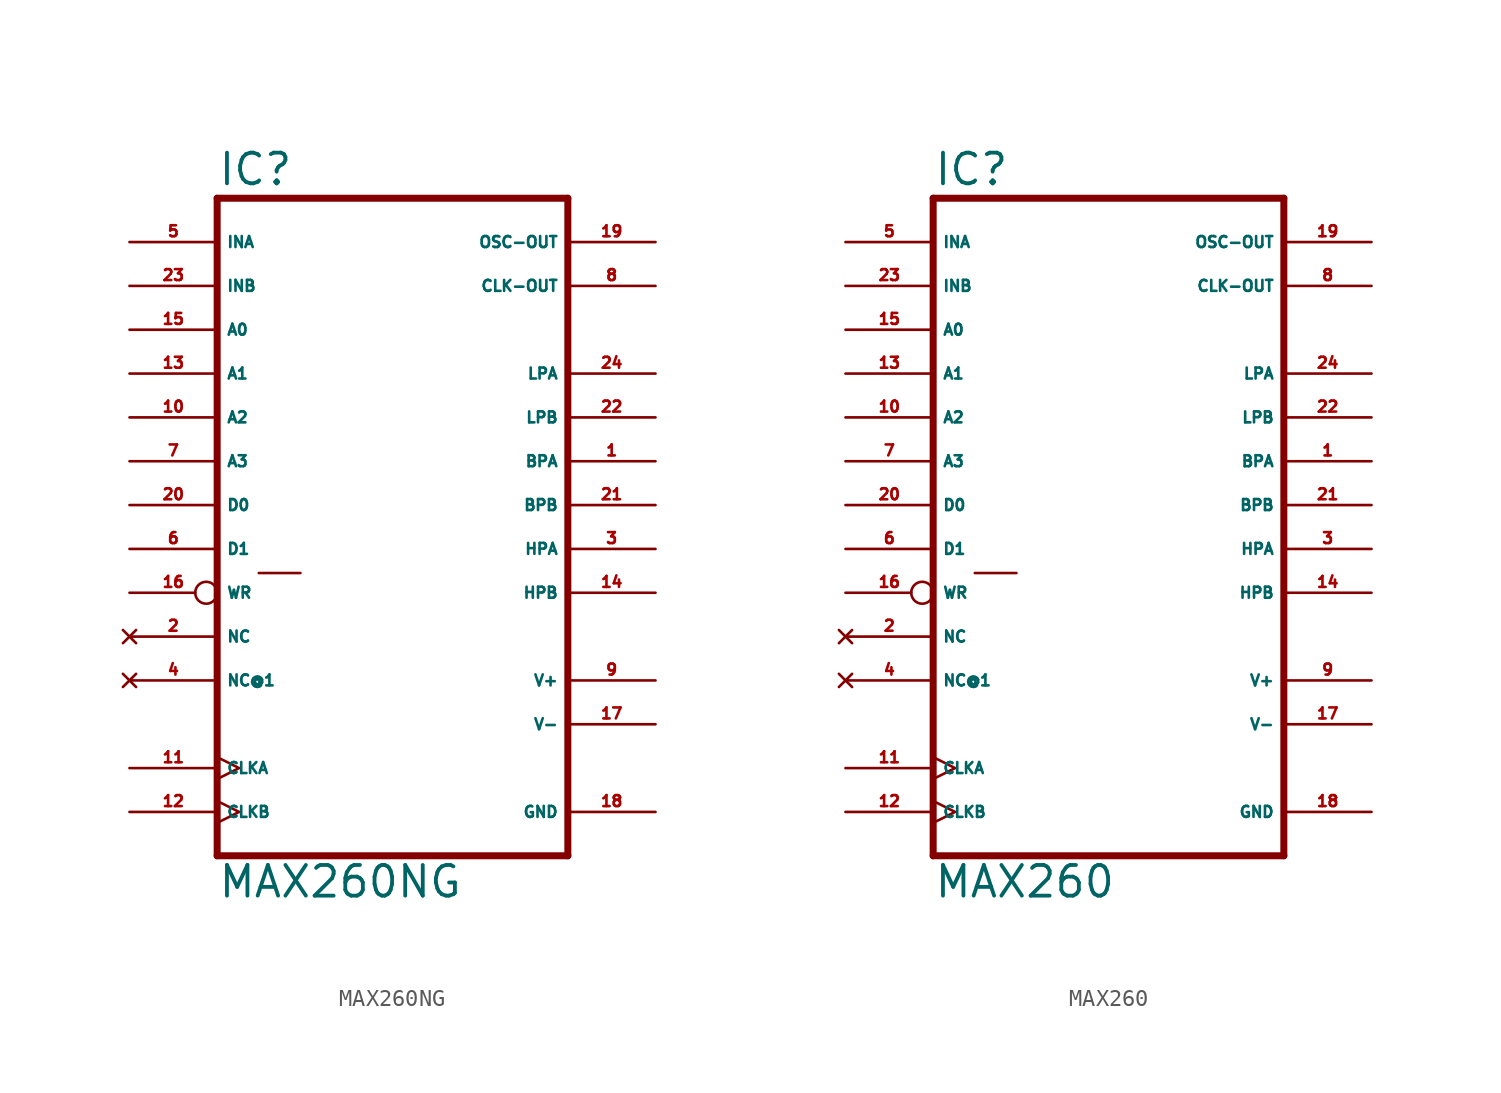
<source format=kicad_sym>
(kicad_symbol_lib
  (version 20220914)
  (generator Eagle2Kicad)
  (symbol "MAX260NG"
    (property "Reference" "IC"
      (at -10.16 18.415 0)
      (effects (font (size 1.778 1.778) (thickness 0.22)) (justify left bottom)))
    (property "Value" "MAX260NG"
      (at -10.16 -22.86 0)
      (effects (font (size 1.778 1.778) (thickness 0.22)) (justify left bottom)))
    (polyline
      (pts (xy 10.16 -20.32) (xy -10.16 -20.32))
      (stroke (width 0.406) (type default))
      (fill (type none)))
    (polyline
      (pts (xy -10.16 17.78) (xy -10.16 -20.32))
      (stroke (width 0.406) (type default))
      (fill (type none)))
    (polyline
      (pts (xy -10.16 17.78) (xy 10.16 17.78))
      (stroke (width 0.406) (type default))
      (fill (type none)))
    (polyline
      (pts (xy 10.16 -20.32) (xy 10.16 17.78))
      (stroke (width 0.406) (type default))
      (fill (type none)))
    (polyline
      (pts (xy -7.747 -3.937) (xy -5.334 -3.937))
      (stroke (width 0.152) (type default))
      (fill (type none)))
    (pin input line
      (at -15.24 15.24 0)
      (length 5.08)
      (name "INA" (effects (font (size 0.635 0.635) (thickness 0.08)) (justify left bottom)))
      (number "5" (effects (font (size 0.635 0.635) (thickness 0.08)) (justify left bottom))))
    (pin output line
      (at 15.24 -2.54 180)
      (length 5.08)
      (name "HPA" (effects (font (size 0.635 0.635) (thickness 0.08)) (justify left bottom)))
      (number "3" (effects (font (size 0.635 0.635) (thickness 0.08)) (justify left bottom))))
    (pin output line
      (at 15.24 -5.08 180)
      (length 5.08)
      (name "HPB" (effects (font (size 0.635 0.635) (thickness 0.08)) (justify left bottom)))
      (number "14" (effects (font (size 0.635 0.635) (thickness 0.08)) (justify left bottom))))
    (pin output line
      (at 15.24 0 180)
      (length 5.08)
      (name "BPB" (effects (font (size 0.635 0.635) (thickness 0.08)) (justify left bottom)))
      (number "21" (effects (font (size 0.635 0.635) (thickness 0.08)) (justify left bottom))))
    (pin output line
      (at 15.24 2.54 180)
      (length 5.08)
      (name "BPA" (effects (font (size 0.635 0.635) (thickness 0.08)) (justify left bottom)))
      (number "1" (effects (font (size 0.635 0.635) (thickness 0.08)) (justify left bottom))))
    (pin input line
      (at -15.24 0 0)
      (length 5.08)
      (name "D0" (effects (font (size 0.635 0.635) (thickness 0.08)) (justify left bottom)))
      (number "20" (effects (font (size 0.635 0.635) (thickness 0.08)) (justify left bottom))))
    (pin input line
      (at -15.24 -2.54 0)
      (length 5.08)
      (name "D1" (effects (font (size 0.635 0.635) (thickness 0.08)) (justify left bottom)))
      (number "6" (effects (font (size 0.635 0.635) (thickness 0.08)) (justify left bottom))))
    (pin input line
      (at -15.24 10.16 0)
      (length 5.08)
      (name "A0" (effects (font (size 0.635 0.635) (thickness 0.08)) (justify left bottom)))
      (number "15" (effects (font (size 0.635 0.635) (thickness 0.08)) (justify left bottom))))
    (pin input line
      (at -15.24 7.62 0)
      (length 5.08)
      (name "A1" (effects (font (size 0.635 0.635) (thickness 0.08)) (justify left bottom)))
      (number "13" (effects (font (size 0.635 0.635) (thickness 0.08)) (justify left bottom))))
    (pin input line
      (at -15.24 5.08 0)
      (length 5.08)
      (name "A2" (effects (font (size 0.635 0.635) (thickness 0.08)) (justify left bottom)))
      (number "10" (effects (font (size 0.635 0.635) (thickness 0.08)) (justify left bottom))))
    (pin input line
      (at -15.24 2.54 0)
      (length 5.08)
      (name "A3" (effects (font (size 0.635 0.635) (thickness 0.08)) (justify left bottom)))
      (number "7" (effects (font (size 0.635 0.635) (thickness 0.08)) (justify left bottom))))
    (pin input clock
      (at -15.24 -15.24 0)
      (length 5.08)
      (name "CLKA" (effects (font (size 0.635 0.635) (thickness 0.08)) (justify left bottom)))
      (number "11" (effects (font (size 0.635 0.635) (thickness 0.08)) (justify left bottom))))
    (pin input clock
      (at -15.24 -17.78 0)
      (length 5.08)
      (name "CLKB" (effects (font (size 0.635 0.635) (thickness 0.08)) (justify left bottom)))
      (number "12" (effects (font (size 0.635 0.635) (thickness 0.08)) (justify left bottom))))
    (pin output line
      (at 15.24 12.7 180)
      (length 5.08)
      (name "CLK-OUT" (effects (font (size 0.635 0.635) (thickness 0.08)) (justify left bottom)))
      (number "8" (effects (font (size 0.635 0.635) (thickness 0.08)) (justify left bottom))))
    (pin input inverted
      (at -15.24 -5.08 0)
      (length 5.08)
      (name "WR" (effects (font (size 0.635 0.635) (thickness 0.08)) (justify left bottom)))
      (number "16" (effects (font (size 0.635 0.635) (thickness 0.08)) (justify left bottom))))
    (pin input line
      (at 15.24 15.24 180)
      (length 5.08)
      (name "OSC-OUT" (effects (font (size 0.635 0.635) (thickness 0.08)) (justify left bottom)))
      (number "19" (effects (font (size 0.635 0.635) (thickness 0.08)) (justify left bottom))))
    (pin output line
      (at 15.24 7.62 180)
      (length 5.08)
      (name "LPA" (effects (font (size 0.635 0.635) (thickness 0.08)) (justify left bottom)))
      (number "24" (effects (font (size 0.635 0.635) (thickness 0.08)) (justify left bottom))))
    (pin output line
      (at 15.24 5.08 180)
      (length 5.08)
      (name "LPB" (effects (font (size 0.635 0.635) (thickness 0.08)) (justify left bottom)))
      (number "22" (effects (font (size 0.635 0.635) (thickness 0.08)) (justify left bottom))))
    (pin unspecified line
      (at 15.24 -10.16 180)
      (length 5.08)
      (name "V+" (effects (font (size 0.635 0.635) (thickness 0.08)) (justify left bottom)))
      (number "9" (effects (font (size 0.635 0.635) (thickness 0.08)) (justify left bottom))))
    (pin unspecified line
      (at 15.24 -12.7 180)
      (length 5.08)
      (name "V-" (effects (font (size 0.635 0.635) (thickness 0.08)) (justify left bottom)))
      (number "17" (effects (font (size 0.635 0.635) (thickness 0.08)) (justify left bottom))))
    (pin unspecified line
      (at 15.24 -17.78 180)
      (length 5.08)
      (name "GND" (effects (font (size 0.635 0.635) (thickness 0.08)) (justify left bottom)))
      (number "18" (effects (font (size 0.635 0.635) (thickness 0.08)) (justify left bottom))))
    (pin input line
      (at -15.24 12.7 0)
      (length 5.08)
      (name "INB" (effects (font (size 0.635 0.635) (thickness 0.08)) (justify left bottom)))
      (number "23" (effects (font (size 0.635 0.635) (thickness 0.08)) (justify left bottom))))
    (pin no_connect line
      (at -15.24 -7.62 0)
      (length 5.08)
      (name "NC" (effects (font (size 0.635 0.635) (thickness 0.08)) (justify left bottom) hide))
      (number "2" (effects (font (size 0.635 0.635) (thickness 0.08)) (justify left bottom) hide)))
    (pin no_connect line
      (at -15.24 -10.16 0)
      (length 5.08)
      (name "NC@1" (effects (font (size 0.635 0.635) (thickness 0.08)) (justify left bottom) hide))
      (number "4" (effects (font (size 0.635 0.635) (thickness 0.08)) (justify left bottom) hide))))
  (symbol "MAX260"
    (property "Reference" "IC"
      (at -10.16 18.415 0)
      (effects (font (size 1.778 1.778) (thickness 0.22)) (justify left bottom)))
    (property "Value" "MAX260"
      (at -10.16 -22.86 0)
      (effects (font (size 1.778 1.778) (thickness 0.22)) (justify left bottom)))
    (polyline
      (pts (xy 10.16 -20.32) (xy -10.16 -20.32))
      (stroke (width 0.406) (type default))
      (fill (type none)))
    (polyline
      (pts (xy -10.16 17.78) (xy -10.16 -20.32))
      (stroke (width 0.406) (type default))
      (fill (type none)))
    (polyline
      (pts (xy -10.16 17.78) (xy 10.16 17.78))
      (stroke (width 0.406) (type default))
      (fill (type none)))
    (polyline
      (pts (xy 10.16 -20.32) (xy 10.16 17.78))
      (stroke (width 0.406) (type default))
      (fill (type none)))
    (polyline
      (pts (xy -7.747 -3.937) (xy -5.334 -3.937))
      (stroke (width 0.152) (type default))
      (fill (type none)))
    (pin input line
      (at -15.24 15.24 0)
      (length 5.08)
      (name "INA" (effects (font (size 0.635 0.635) (thickness 0.08)) (justify left bottom)))
      (number "5" (effects (font (size 0.635 0.635) (thickness 0.08)) (justify left bottom))))
    (pin output line
      (at 15.24 -2.54 180)
      (length 5.08)
      (name "HPA" (effects (font (size 0.635 0.635) (thickness 0.08)) (justify left bottom)))
      (number "3" (effects (font (size 0.635 0.635) (thickness 0.08)) (justify left bottom))))
    (pin output line
      (at 15.24 -5.08 180)
      (length 5.08)
      (name "HPB" (effects (font (size 0.635 0.635) (thickness 0.08)) (justify left bottom)))
      (number "14" (effects (font (size 0.635 0.635) (thickness 0.08)) (justify left bottom))))
    (pin output line
      (at 15.24 0 180)
      (length 5.08)
      (name "BPB" (effects (font (size 0.635 0.635) (thickness 0.08)) (justify left bottom)))
      (number "21" (effects (font (size 0.635 0.635) (thickness 0.08)) (justify left bottom))))
    (pin output line
      (at 15.24 2.54 180)
      (length 5.08)
      (name "BPA" (effects (font (size 0.635 0.635) (thickness 0.08)) (justify left bottom)))
      (number "1" (effects (font (size 0.635 0.635) (thickness 0.08)) (justify left bottom))))
    (pin input line
      (at -15.24 0 0)
      (length 5.08)
      (name "D0" (effects (font (size 0.635 0.635) (thickness 0.08)) (justify left bottom)))
      (number "20" (effects (font (size 0.635 0.635) (thickness 0.08)) (justify left bottom))))
    (pin input line
      (at -15.24 -2.54 0)
      (length 5.08)
      (name "D1" (effects (font (size 0.635 0.635) (thickness 0.08)) (justify left bottom)))
      (number "6" (effects (font (size 0.635 0.635) (thickness 0.08)) (justify left bottom))))
    (pin input line
      (at -15.24 10.16 0)
      (length 5.08)
      (name "A0" (effects (font (size 0.635 0.635) (thickness 0.08)) (justify left bottom)))
      (number "15" (effects (font (size 0.635 0.635) (thickness 0.08)) (justify left bottom))))
    (pin input line
      (at -15.24 7.62 0)
      (length 5.08)
      (name "A1" (effects (font (size 0.635 0.635) (thickness 0.08)) (justify left bottom)))
      (number "13" (effects (font (size 0.635 0.635) (thickness 0.08)) (justify left bottom))))
    (pin input line
      (at -15.24 5.08 0)
      (length 5.08)
      (name "A2" (effects (font (size 0.635 0.635) (thickness 0.08)) (justify left bottom)))
      (number "10" (effects (font (size 0.635 0.635) (thickness 0.08)) (justify left bottom))))
    (pin input line
      (at -15.24 2.54 0)
      (length 5.08)
      (name "A3" (effects (font (size 0.635 0.635) (thickness 0.08)) (justify left bottom)))
      (number "7" (effects (font (size 0.635 0.635) (thickness 0.08)) (justify left bottom))))
    (pin input clock
      (at -15.24 -15.24 0)
      (length 5.08)
      (name "CLKA" (effects (font (size 0.635 0.635) (thickness 0.08)) (justify left bottom)))
      (number "11" (effects (font (size 0.635 0.635) (thickness 0.08)) (justify left bottom))))
    (pin input clock
      (at -15.24 -17.78 0)
      (length 5.08)
      (name "CLKB" (effects (font (size 0.635 0.635) (thickness 0.08)) (justify left bottom)))
      (number "12" (effects (font (size 0.635 0.635) (thickness 0.08)) (justify left bottom))))
    (pin output line
      (at 15.24 12.7 180)
      (length 5.08)
      (name "CLK-OUT" (effects (font (size 0.635 0.635) (thickness 0.08)) (justify left bottom)))
      (number "8" (effects (font (size 0.635 0.635) (thickness 0.08)) (justify left bottom))))
    (pin input inverted
      (at -15.24 -5.08 0)
      (length 5.08)
      (name "WR" (effects (font (size 0.635 0.635) (thickness 0.08)) (justify left bottom)))
      (number "16" (effects (font (size 0.635 0.635) (thickness 0.08)) (justify left bottom))))
    (pin input line
      (at 15.24 15.24 180)
      (length 5.08)
      (name "OSC-OUT" (effects (font (size 0.635 0.635) (thickness 0.08)) (justify left bottom)))
      (number "19" (effects (font (size 0.635 0.635) (thickness 0.08)) (justify left bottom))))
    (pin output line
      (at 15.24 7.62 180)
      (length 5.08)
      (name "LPA" (effects (font (size 0.635 0.635) (thickness 0.08)) (justify left bottom)))
      (number "24" (effects (font (size 0.635 0.635) (thickness 0.08)) (justify left bottom))))
    (pin output line
      (at 15.24 5.08 180)
      (length 5.08)
      (name "LPB" (effects (font (size 0.635 0.635) (thickness 0.08)) (justify left bottom)))
      (number "22" (effects (font (size 0.635 0.635) (thickness 0.08)) (justify left bottom))))
    (pin unspecified line
      (at 15.24 -10.16 180)
      (length 5.08)
      (name "V+" (effects (font (size 0.635 0.635) (thickness 0.08)) (justify left bottom)))
      (number "9" (effects (font (size 0.635 0.635) (thickness 0.08)) (justify left bottom))))
    (pin unspecified line
      (at 15.24 -12.7 180)
      (length 5.08)
      (name "V-" (effects (font (size 0.635 0.635) (thickness 0.08)) (justify left bottom)))
      (number "17" (effects (font (size 0.635 0.635) (thickness 0.08)) (justify left bottom))))
    (pin unspecified line
      (at 15.24 -17.78 180)
      (length 5.08)
      (name "GND" (effects (font (size 0.635 0.635) (thickness 0.08)) (justify left bottom)))
      (number "18" (effects (font (size 0.635 0.635) (thickness 0.08)) (justify left bottom))))
    (pin input line
      (at -15.24 12.7 0)
      (length 5.08)
      (name "INB" (effects (font (size 0.635 0.635) (thickness 0.08)) (justify left bottom)))
      (number "23" (effects (font (size 0.635 0.635) (thickness 0.08)) (justify left bottom))))
    (pin no_connect line
      (at -15.24 -7.62 0)
      (length 5.08)
      (name "NC" (effects (font (size 0.635 0.635) (thickness 0.08)) (justify left bottom) hide))
      (number "2" (effects (font (size 0.635 0.635) (thickness 0.08)) (justify left bottom) hide)))
    (pin no_connect line
      (at -15.24 -10.16 0)
      (length 5.08)
      (name "NC@1" (effects (font (size 0.635 0.635) (thickness 0.08)) (justify left bottom) hide))
      (number "4" (effects (font (size 0.635 0.635) (thickness 0.08)) (justify left bottom) hide)))))
</source>
